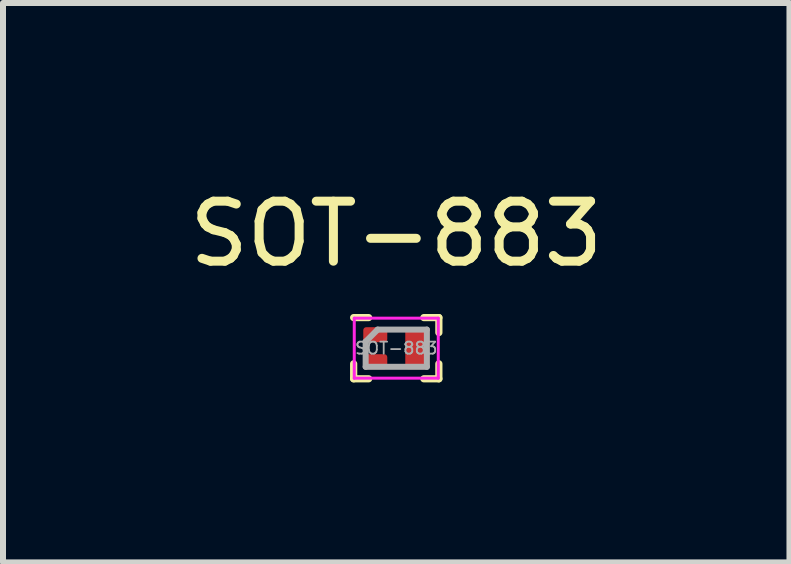
<source format=kicad_pcb>
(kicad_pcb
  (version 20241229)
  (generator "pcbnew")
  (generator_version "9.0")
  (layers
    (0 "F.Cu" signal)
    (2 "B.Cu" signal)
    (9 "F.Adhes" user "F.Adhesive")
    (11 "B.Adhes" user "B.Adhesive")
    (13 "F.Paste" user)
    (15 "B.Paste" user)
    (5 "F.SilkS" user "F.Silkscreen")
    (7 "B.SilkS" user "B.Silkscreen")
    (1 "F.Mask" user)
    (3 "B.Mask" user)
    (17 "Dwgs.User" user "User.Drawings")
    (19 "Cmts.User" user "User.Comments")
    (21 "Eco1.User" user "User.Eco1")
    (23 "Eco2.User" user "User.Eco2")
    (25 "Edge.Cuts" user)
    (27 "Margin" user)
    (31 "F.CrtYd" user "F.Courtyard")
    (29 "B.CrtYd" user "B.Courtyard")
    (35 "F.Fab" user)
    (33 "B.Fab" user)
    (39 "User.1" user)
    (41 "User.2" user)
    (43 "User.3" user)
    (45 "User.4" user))
  (footprint "SOT-883"
    (layer "F.Cu")
    (at 3.554 2.753)
    (property "Reference" "SOT-883" (at 0 -1.905 0) (layer "F.SilkS") (effects (font (size 1 1) (thickness 0.15))))
    (attr smd)
    (fp_line (start -0.71 -0.51) (end -0.46 -0.51) (stroke (width 0.12) (type solid)) (layer "F.SilkS"))
    (fp_line (start -0.71 0.51) (end -0.71 0.26) (stroke (width 0.12) (type solid)) (layer "F.SilkS"))
    (fp_line (start -0.71 0.51) (end -0.46 0.51) (stroke (width 0.12) (type solid)) (layer "F.SilkS"))
    (fp_line (start 0.46 -0.51) (end 0.71 -0.51) (stroke (width 0.12) (type solid)) (layer "F.SilkS"))
    (fp_line (start 0.46 0.51) (end 0.71 0.51) (stroke (width 0.12) (type solid)) (layer "F.SilkS"))
    (fp_line (start 0.71 -0.26) (end 0.71 -0.51) (stroke (width 0.12) (type solid)) (layer "F.SilkS"))
    (fp_line (start 0.71 0.51) (end 0.71 0.26) (stroke (width 0.12) (type solid)) (layer "F.SilkS"))
    (fp_line (start -0.7 -0.5) (end 0.7 -0.5) (stroke (width 0.05) (type solid)) (layer "F.CrtYd"))
    (fp_line (start -0.7 0.5) (end -0.7 -0.5) (stroke (width 0.05) (type solid)) (layer "F.CrtYd"))
    (fp_line (start 0.7 -0.5) (end 0.7 0.5) (stroke (width 0.05) (type solid)) (layer "F.CrtYd"))
    (fp_line (start 0.7 0.5) (end -0.7 0.5) (stroke (width 0.05) (type solid)) (layer "F.CrtYd"))
    (fp_line (start -0.51 0.31) (end -0.51 -0.11) (stroke (width 0.1) (type solid)) (layer "F.Fab"))
    (fp_line (start -0.31 -0.31) (end -0.51 -0.11) (stroke (width 0.1) (type solid)) (layer "F.Fab"))
    (fp_line (start -0.31 -0.31) (end 0.51 -0.31) (stroke (width 0.1) (type solid)) (layer "F.Fab"))
    (fp_line (start 0.51 -0.31) (end 0.51 0.31) (stroke (width 0.1) (type solid)) (layer "F.Fab"))
    (fp_line (start 0.51 0.31) (end -0.51 0.31) (stroke (width 0.1) (type solid)) (layer "F.Fab"))
    (fp_text user "${REFERENCE}" (at 0 0 0) (layer "F.Fab") (effects (font (size 0.2 0.2) (thickness 0.03))))
    (pad "" smd roundrect (at -0.35 -0.225) (size 0.3 0.25) (layers "F.Paste") (roundrect_rratio 0.2))
    (pad "" smd roundrect (at -0.35 0.225) (size 0.3 0.25) (layers "F.Paste") (roundrect_rratio 0.2))
    (pad "" smd roundrect (at 0.35 0) (size 0.3 0.6) (layers "F.Paste") (roundrect_rratio 0.125))
    (pad "1" smd roundrect (at -0.35 -0.225) (size 0.4 0.25) (layers "F.Cu" "F.Mask") (roundrect_rratio 0.2))
    (pad "2" smd roundrect (at -0.35 0.225) (size 0.4 0.25) (layers "F.Cu" "F.Mask") (roundrect_rratio 0.2))
    (pad "3" smd roundrect (at 0.35 0) (size 0.4 0.7) (layers "F.Cu" "F.Mask") (roundrect_rratio 0.125)))
  (gr_rect
    (start -3 -3)
    (end 10.107 6.323)
    (stroke (width 0.1) (type default))
    (fill no)
    (layer "Edge.Cuts")))
</source>
